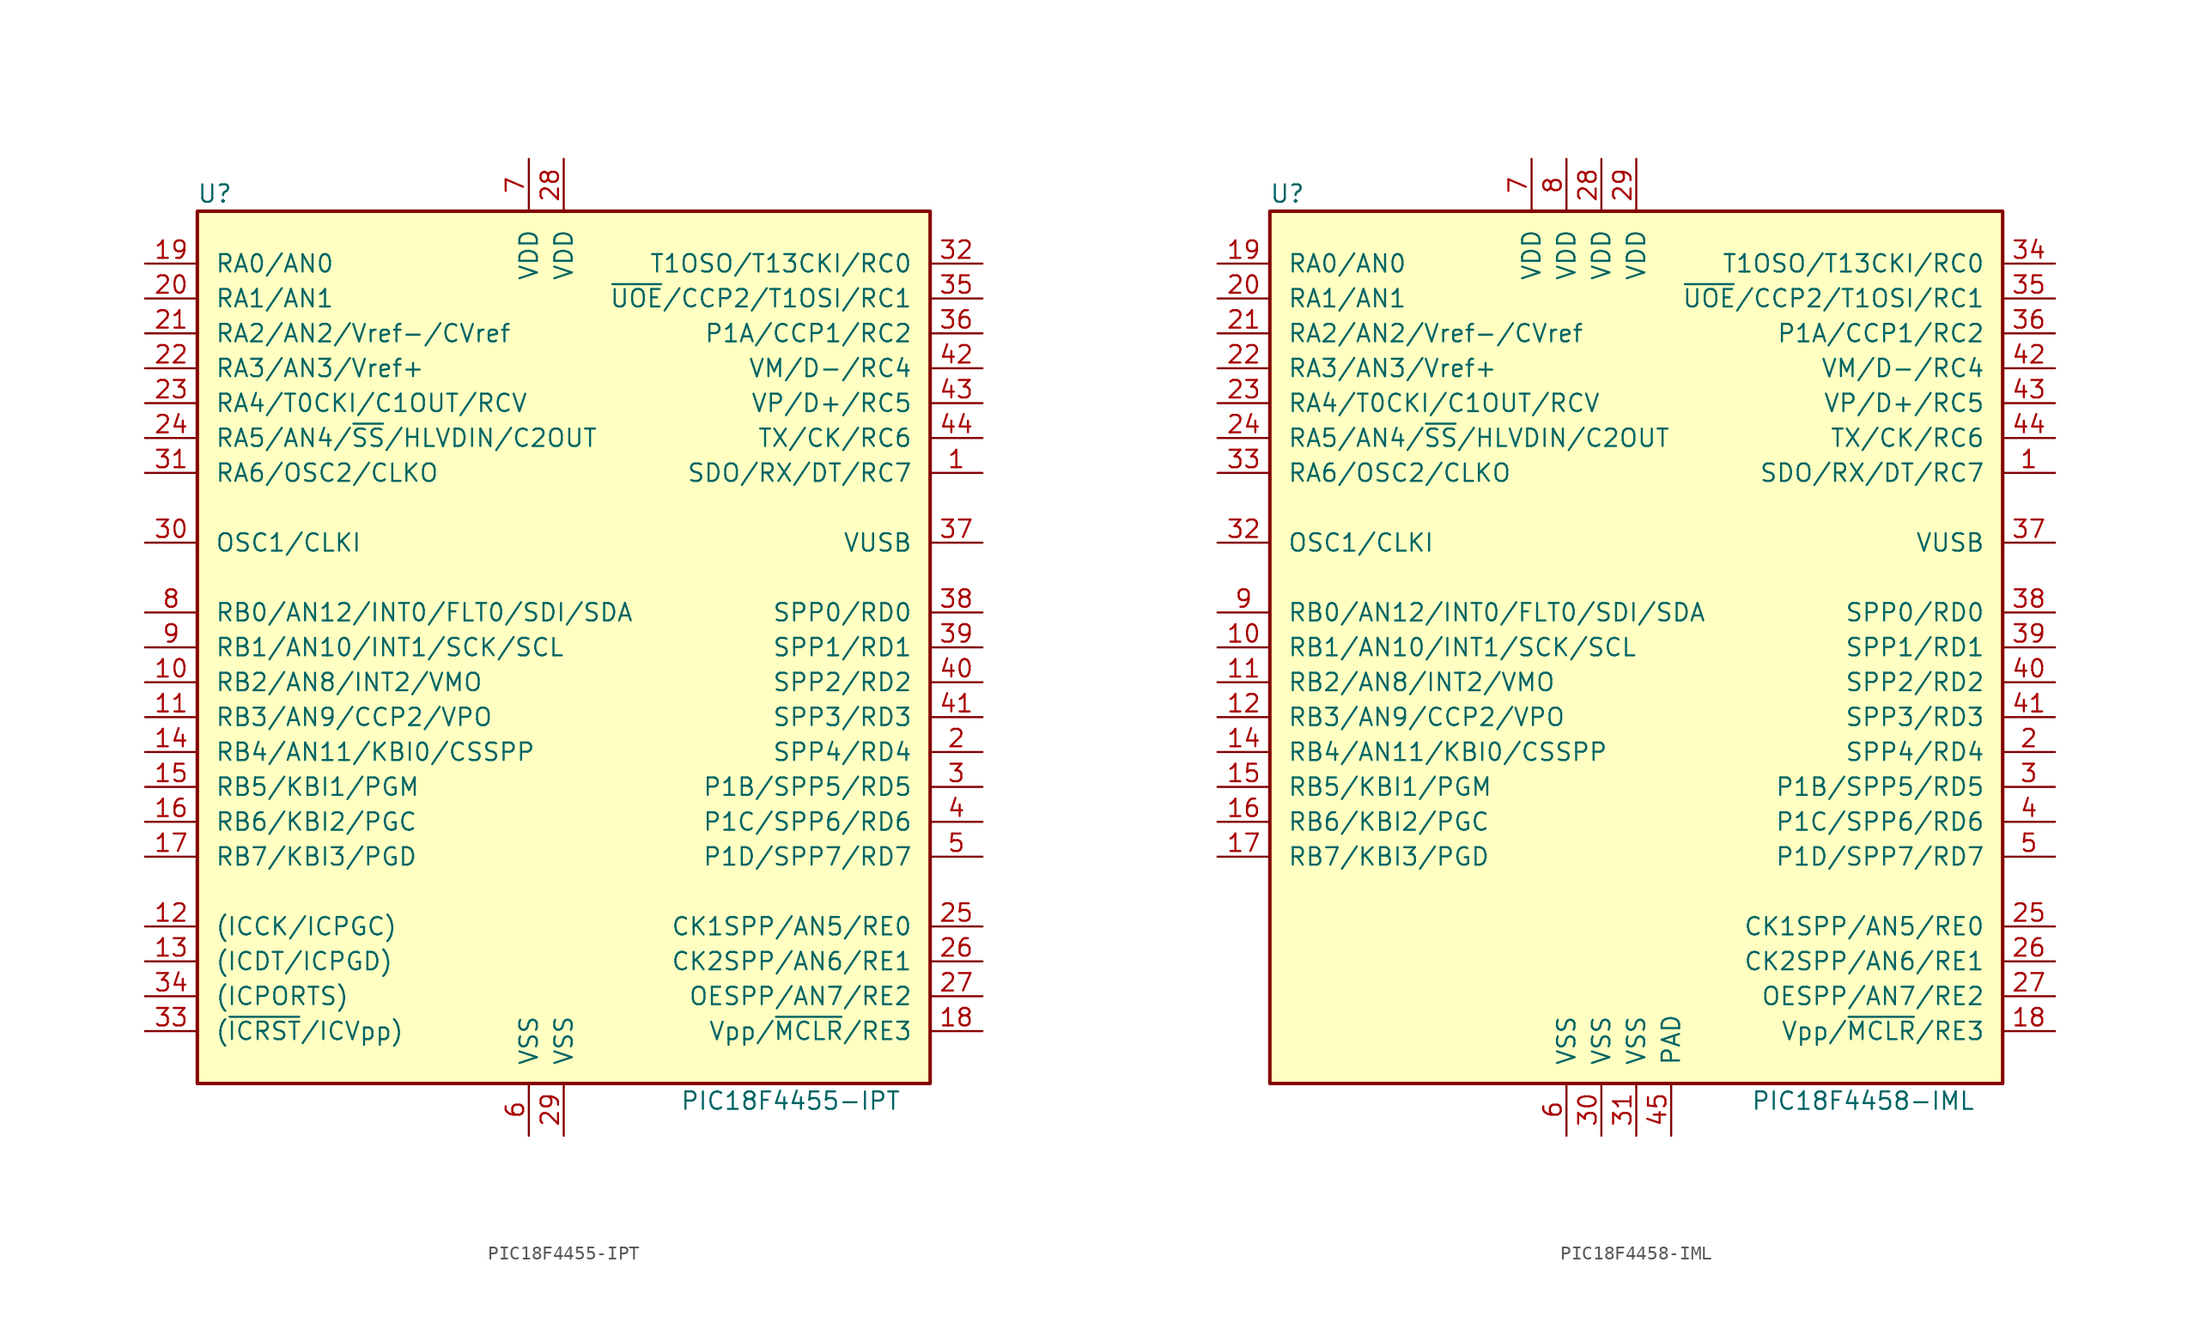
<source format=kicad_sym>
(kicad_symbol_lib
  (version 20241209)
  (generator "kicad_symbol_editor")
  (generator_version "9.0")
  (symbol "PIC18F4455-IPT"
    (pin_names
      (offset 1.27))
    (property "Reference" "U"
      (at -25.4 33.02 0)
      (effects (font (size 1.27 1.27))))
    (property "Value" "PIC18F4455-IPT"
      (at 16.51 -33.02 0)
      (effects (font (size 1.27 1.27))))
    (symbol "PIC18F4455-IPT_0_1"
      (rectangle (start -26.67 31.75) (end 26.67 -31.75) (stroke (width 0.254) (type default)) (fill (type background))))
    (symbol "PIC18F4455-IPT_1_1"
      (pin bidirectional line (at -30.48 27.94 0) (length 3.81) (name "RA0/AN0" (effects (font (size 1.27 1.27)))) (number "19" (effects (font (size 1.27 1.27)))))
      (pin bidirectional line (at -30.48 25.4 0) (length 3.81) (name "RA1/AN1" (effects (font (size 1.27 1.27)))) (number "20" (effects (font (size 1.27 1.27)))))
      (pin bidirectional line (at -30.48 22.86 0) (length 3.81) (name "RA2/AN2/Vref-/CVref" (effects (font (size 1.27 1.27)))) (number "21" (effects (font (size 1.27 1.27)))))
      (pin bidirectional line (at -30.48 20.32 0) (length 3.81) (name "RA3/AN3/Vref+" (effects (font (size 1.27 1.27)))) (number "22" (effects (font (size 1.27 1.27)))))
      (pin bidirectional line (at -30.48 17.78 0) (length 3.81) (name "RA4/T0CKI/C1OUT/RCV" (effects (font (size 1.27 1.27)))) (number "23" (effects (font (size 1.27 1.27)))))
      (pin bidirectional line (at -30.48 15.24 0) (length 3.81) (name "RA5/AN4/~{SS}/HLVDIN/C2OUT" (effects (font (size 1.27 1.27)))) (number "24" (effects (font (size 1.27 1.27)))))
      (pin output line (at -30.48 12.7 0) (length 3.81) (name "RA6/OSC2/CLKO" (effects (font (size 1.27 1.27)))) (number "31" (effects (font (size 1.27 1.27)))))
      (pin input line (at -30.48 7.62 0) (length 3.81) (name "OSC1/CLKI" (effects (font (size 1.27 1.27)))) (number "30" (effects (font (size 1.27 1.27)))))
      (pin bidirectional line (at -30.48 2.54 0) (length 3.81) (name "RB0/AN12/INT0/FLT0/SDI/SDA" (effects (font (size 1.27 1.27)))) (number "8" (effects (font (size 1.27 1.27)))))
      (pin bidirectional line (at -30.48 0 0) (length 3.81) (name "RB1/AN10/INT1/SCK/SCL" (effects (font (size 1.27 1.27)))) (number "9" (effects (font (size 1.27 1.27)))))
      (pin bidirectional line (at -30.48 -2.54 0) (length 3.81) (name "RB2/AN8/INT2/VMO" (effects (font (size 1.27 1.27)))) (number "10" (effects (font (size 1.27 1.27)))))
      (pin bidirectional line (at -30.48 -5.08 0) (length 3.81) (name "RB3/AN9/CCP2/VPO" (effects (font (size 1.27 1.27)))) (number "11" (effects (font (size 1.27 1.27)))))
      (pin bidirectional line (at -30.48 -7.62 0) (length 3.81) (name "RB4/AN11/KBI0/CSSPP" (effects (font (size 1.27 1.27)))) (number "14" (effects (font (size 1.27 1.27)))))
      (pin bidirectional line (at -30.48 -10.16 0) (length 3.81) (name "RB5/KBI1/PGM" (effects (font (size 1.27 1.27)))) (number "15" (effects (font (size 1.27 1.27)))))
      (pin bidirectional line (at -30.48 -12.7 0) (length 3.81) (name "RB6/KBI2/PGC" (effects (font (size 1.27 1.27)))) (number "16" (effects (font (size 1.27 1.27)))))
      (pin bidirectional line (at -30.48 -15.24 0) (length 3.81) (name "RB7/KBI3/PGD" (effects (font (size 1.27 1.27)))) (number "17" (effects (font (size 1.27 1.27)))))
      (pin bidirectional line (at -30.48 -20.32 0) (length 3.81) (name "(ICCK/ICPGC)" (effects (font (size 1.27 1.27)))) (number "12" (effects (font (size 1.27 1.27)))))
      (pin bidirectional line (at -30.48 -22.86 0) (length 3.81) (name "(ICDT/ICPGD)" (effects (font (size 1.27 1.27)))) (number "13" (effects (font (size 1.27 1.27)))))
      (pin bidirectional line (at -30.48 -25.4 0) (length 3.81) (name "(ICPORTS)" (effects (font (size 1.27 1.27)))) (number "34" (effects (font (size 1.27 1.27)))))
      (pin input line (at -30.48 -27.94 0) (length 3.81) (name "(~{ICRST}/ICVpp)" (effects (font (size 1.27 1.27)))) (number "33" (effects (font (size 1.27 1.27)))))
      (pin power_in line (at -2.54 35.56 270) (length 3.81) (name "VDD" (effects (font (size 1.27 1.27)))) (number "7" (effects (font (size 1.27 1.27)))))
      (pin power_in line (at -2.54 -35.56 90) (length 3.81) (name "VSS" (effects (font (size 1.27 1.27)))) (number "6" (effects (font (size 1.27 1.27)))))
      (pin power_in line (at 0 35.56 270) (length 3.81) (name "VDD" (effects (font (size 1.27 1.27)))) (number "28" (effects (font (size 1.27 1.27)))))
      (pin power_in line (at 0 -35.56 90) (length 3.81) (name "VSS" (effects (font (size 1.27 1.27)))) (number "29" (effects (font (size 1.27 1.27)))))
      (pin bidirectional line (at 30.48 27.94 180) (length 3.81) (name "T1OSO/T13CKI/RC0" (effects (font (size 1.27 1.27)))) (number "32" (effects (font (size 1.27 1.27)))))
      (pin bidirectional line (at 30.48 25.4 180) (length 3.81) (name "~{UOE}/CCP2/T1OSI/RC1" (effects (font (size 1.27 1.27)))) (number "35" (effects (font (size 1.27 1.27)))))
      (pin bidirectional line (at 30.48 22.86 180) (length 3.81) (name "P1A/CCP1/RC2" (effects (font (size 1.27 1.27)))) (number "36" (effects (font (size 1.27 1.27)))))
      (pin bidirectional line (at 30.48 20.32 180) (length 3.81) (name "VM/D-/RC4" (effects (font (size 1.27 1.27)))) (number "42" (effects (font (size 1.27 1.27)))))
      (pin bidirectional line (at 30.48 17.78 180) (length 3.81) (name "VP/D+/RC5" (effects (font (size 1.27 1.27)))) (number "43" (effects (font (size 1.27 1.27)))))
      (pin bidirectional line (at 30.48 15.24 180) (length 3.81) (name "TX/CK/RC6" (effects (font (size 1.27 1.27)))) (number "44" (effects (font (size 1.27 1.27)))))
      (pin bidirectional line (at 30.48 12.7 180) (length 3.81) (name "SDO/RX/DT/RC7" (effects (font (size 1.27 1.27)))) (number "1" (effects (font (size 1.27 1.27)))))
      (pin bidirectional line (at 30.48 7.62 180) (length 3.81) (name "VUSB" (effects (font (size 1.27 1.27)))) (number "37" (effects (font (size 1.27 1.27)))))
      (pin bidirectional line (at 30.48 2.54 180) (length 3.81) (name "SPP0/RD0" (effects (font (size 1.27 1.27)))) (number "38" (effects (font (size 1.27 1.27)))))
      (pin bidirectional line (at 30.48 0 180) (length 3.81) (name "SPP1/RD1" (effects (font (size 1.27 1.27)))) (number "39" (effects (font (size 1.27 1.27)))))
      (pin bidirectional line (at 30.48 -2.54 180) (length 3.81) (name "SPP2/RD2" (effects (font (size 1.27 1.27)))) (number "40" (effects (font (size 1.27 1.27)))))
      (pin bidirectional line (at 30.48 -5.08 180) (length 3.81) (name "SPP3/RD3" (effects (font (size 1.27 1.27)))) (number "41" (effects (font (size 1.27 1.27)))))
      (pin bidirectional line (at 30.48 -7.62 180) (length 3.81) (name "SPP4/RD4" (effects (font (size 1.27 1.27)))) (number "2" (effects (font (size 1.27 1.27)))))
      (pin bidirectional line (at 30.48 -10.16 180) (length 3.81) (name "P1B/SPP5/RD5" (effects (font (size 1.27 1.27)))) (number "3" (effects (font (size 1.27 1.27)))))
      (pin bidirectional line (at 30.48 -12.7 180) (length 3.81) (name "P1C/SPP6/RD6" (effects (font (size 1.27 1.27)))) (number "4" (effects (font (size 1.27 1.27)))))
      (pin bidirectional line (at 30.48 -15.24 180) (length 3.81) (name "P1D/SPP7/RD7" (effects (font (size 1.27 1.27)))) (number "5" (effects (font (size 1.27 1.27)))))
      (pin bidirectional line (at 30.48 -20.32 180) (length 3.81) (name "CK1SPP/AN5/RE0" (effects (font (size 1.27 1.27)))) (number "25" (effects (font (size 1.27 1.27)))))
      (pin bidirectional line (at 30.48 -22.86 180) (length 3.81) (name "CK2SPP/AN6/RE1" (effects (font (size 1.27 1.27)))) (number "26" (effects (font (size 1.27 1.27)))))
      (pin bidirectional line (at 30.48 -25.4 180) (length 3.81) (name "OESPP/AN7/RE2" (effects (font (size 1.27 1.27)))) (number "27" (effects (font (size 1.27 1.27)))))
      (pin input line (at 30.48 -27.94 180) (length 3.81) (name "Vpp/~{MCLR}/RE3" (effects (font (size 1.27 1.27)))) (number "18" (effects (font (size 1.27 1.27)))))))
  (symbol "PIC18F4458-IML"
    (pin_names
      (offset 1.27))
    (property "Reference" "U"
      (at -25.4 33.02 0)
      (effects (font (size 1.27 1.27))))
    (property "Value" "PIC18F4458-IML"
      (at 16.51 -33.02 0)
      (effects (font (size 1.27 1.27))))
    (symbol "PIC18F4458-IML_0_1"
      (rectangle (start -26.67 31.75) (end 26.67 -31.75) (stroke (width 0.254) (type default)) (fill (type background))))
    (symbol "PIC18F4458-IML_1_1"
      (pin bidirectional line (at -30.48 27.94 0) (length 3.81) (name "RA0/AN0" (effects (font (size 1.27 1.27)))) (number "19" (effects (font (size 1.27 1.27)))))
      (pin bidirectional line (at -30.48 25.4 0) (length 3.81) (name "RA1/AN1" (effects (font (size 1.27 1.27)))) (number "20" (effects (font (size 1.27 1.27)))))
      (pin bidirectional line (at -30.48 22.86 0) (length 3.81) (name "RA2/AN2/Vref-/CVref" (effects (font (size 1.27 1.27)))) (number "21" (effects (font (size 1.27 1.27)))))
      (pin bidirectional line (at -30.48 20.32 0) (length 3.81) (name "RA3/AN3/Vref+" (effects (font (size 1.27 1.27)))) (number "22" (effects (font (size 1.27 1.27)))))
      (pin bidirectional line (at -30.48 17.78 0) (length 3.81) (name "RA4/T0CKI/C1OUT/RCV" (effects (font (size 1.27 1.27)))) (number "23" (effects (font (size 1.27 1.27)))))
      (pin bidirectional line (at -30.48 15.24 0) (length 3.81) (name "RA5/AN4/~{SS}/HLVDIN/C2OUT" (effects (font (size 1.27 1.27)))) (number "24" (effects (font (size 1.27 1.27)))))
      (pin bidirectional line (at -30.48 12.7 0) (length 3.81) (name "RA6/OSC2/CLKO" (effects (font (size 1.27 1.27)))) (number "33" (effects (font (size 1.27 1.27)))))
      (pin input line (at -30.48 7.62 0) (length 3.81) (name "OSC1/CLKI" (effects (font (size 1.27 1.27)))) (number "32" (effects (font (size 1.27 1.27)))))
      (pin bidirectional line (at -30.48 2.54 0) (length 3.81) (name "RB0/AN12/INT0/FLT0/SDI/SDA" (effects (font (size 1.27 1.27)))) (number "9" (effects (font (size 1.27 1.27)))))
      (pin bidirectional line (at -30.48 0 0) (length 3.81) (name "RB1/AN10/INT1/SCK/SCL" (effects (font (size 1.27 1.27)))) (number "10" (effects (font (size 1.27 1.27)))))
      (pin bidirectional line (at -30.48 -2.54 0) (length 3.81) (name "RB2/AN8/INT2/VMO" (effects (font (size 1.27 1.27)))) (number "11" (effects (font (size 1.27 1.27)))))
      (pin bidirectional line (at -30.48 -5.08 0) (length 3.81) (name "RB3/AN9/CCP2/VPO" (effects (font (size 1.27 1.27)))) (number "12" (effects (font (size 1.27 1.27)))))
      (pin bidirectional line (at -30.48 -7.62 0) (length 3.81) (name "RB4/AN11/KBI0/CSSPP" (effects (font (size 1.27 1.27)))) (number "14" (effects (font (size 1.27 1.27)))))
      (pin bidirectional line (at -30.48 -10.16 0) (length 3.81) (name "RB5/KBI1/PGM" (effects (font (size 1.27 1.27)))) (number "15" (effects (font (size 1.27 1.27)))))
      (pin bidirectional line (at -30.48 -12.7 0) (length 3.81) (name "RB6/KBI2/PGC" (effects (font (size 1.27 1.27)))) (number "16" (effects (font (size 1.27 1.27)))))
      (pin bidirectional line (at -30.48 -15.24 0) (length 3.81) (name "RB7/KBI3/PGD" (effects (font (size 1.27 1.27)))) (number "17" (effects (font (size 1.27 1.27)))))
      (pin no_connect line (at -26.67 -27.94 0) (length 3.81) (hide yes) (name "NC" (effects (font (size 1.27 1.27)))) (number "13" (effects (font (size 1.27 1.27)))))
      (pin power_in line (at -7.62 35.56 270) (length 3.81) (name "VDD" (effects (font (size 1.27 1.27)))) (number "7" (effects (font (size 1.27 1.27)))))
      (pin power_in line (at -5.08 35.56 270) (length 3.81) (name "VDD" (effects (font (size 1.27 1.27)))) (number "8" (effects (font (size 1.27 1.27)))))
      (pin power_in line (at -5.08 -35.56 90) (length 3.81) (name "VSS" (effects (font (size 1.27 1.27)))) (number "6" (effects (font (size 1.27 1.27)))))
      (pin power_in line (at -2.54 35.56 270) (length 3.81) (name "VDD" (effects (font (size 1.27 1.27)))) (number "28" (effects (font (size 1.27 1.27)))))
      (pin power_in line (at -2.54 -35.56 90) (length 3.81) (name "VSS" (effects (font (size 1.27 1.27)))) (number "30" (effects (font (size 1.27 1.27)))))
      (pin power_in line (at 0 35.56 270) (length 3.81) (name "VDD" (effects (font (size 1.27 1.27)))) (number "29" (effects (font (size 1.27 1.27)))))
      (pin power_in line (at 0 -35.56 90) (length 3.81) (name "VSS" (effects (font (size 1.27 1.27)))) (number "31" (effects (font (size 1.27 1.27)))))
      (pin power_in line (at 2.54 -35.56 90) (length 3.81) (name "PAD" (effects (font (size 1.27 1.27)))) (number "45" (effects (font (size 1.27 1.27)))))
      (pin bidirectional line (at 30.48 27.94 180) (length 3.81) (name "T1OSO/T13CKI/RC0" (effects (font (size 1.27 1.27)))) (number "34" (effects (font (size 1.27 1.27)))))
      (pin bidirectional line (at 30.48 25.4 180) (length 3.81) (name "~{UOE}/CCP2/T1OSI/RC1" (effects (font (size 1.27 1.27)))) (number "35" (effects (font (size 1.27 1.27)))))
      (pin bidirectional line (at 30.48 22.86 180) (length 3.81) (name "P1A/CCP1/RC2" (effects (font (size 1.27 1.27)))) (number "36" (effects (font (size 1.27 1.27)))))
      (pin bidirectional line (at 30.48 20.32 180) (length 3.81) (name "VM/D-/RC4" (effects (font (size 1.27 1.27)))) (number "42" (effects (font (size 1.27 1.27)))))
      (pin bidirectional line (at 30.48 17.78 180) (length 3.81) (name "VP/D+/RC5" (effects (font (size 1.27 1.27)))) (number "43" (effects (font (size 1.27 1.27)))))
      (pin bidirectional line (at 30.48 15.24 180) (length 3.81) (name "TX/CK/RC6" (effects (font (size 1.27 1.27)))) (number "44" (effects (font (size 1.27 1.27)))))
      (pin bidirectional line (at 30.48 12.7 180) (length 3.81) (name "SDO/RX/DT/RC7" (effects (font (size 1.27 1.27)))) (number "1" (effects (font (size 1.27 1.27)))))
      (pin bidirectional line (at 30.48 7.62 180) (length 3.81) (name "VUSB" (effects (font (size 1.27 1.27)))) (number "37" (effects (font (size 1.27 1.27)))))
      (pin bidirectional line (at 30.48 2.54 180) (length 3.81) (name "SPP0/RD0" (effects (font (size 1.27 1.27)))) (number "38" (effects (font (size 1.27 1.27)))))
      (pin bidirectional line (at 30.48 0 180) (length 3.81) (name "SPP1/RD1" (effects (font (size 1.27 1.27)))) (number "39" (effects (font (size 1.27 1.27)))))
      (pin bidirectional line (at 30.48 -2.54 180) (length 3.81) (name "SPP2/RD2" (effects (font (size 1.27 1.27)))) (number "40" (effects (font (size 1.27 1.27)))))
      (pin bidirectional line (at 30.48 -5.08 180) (length 3.81) (name "SPP3/RD3" (effects (font (size 1.27 1.27)))) (number "41" (effects (font (size 1.27 1.27)))))
      (pin bidirectional line (at 30.48 -7.62 180) (length 3.81) (name "SPP4/RD4" (effects (font (size 1.27 1.27)))) (number "2" (effects (font (size 1.27 1.27)))))
      (pin bidirectional line (at 30.48 -10.16 180) (length 3.81) (name "P1B/SPP5/RD5" (effects (font (size 1.27 1.27)))) (number "3" (effects (font (size 1.27 1.27)))))
      (pin bidirectional line (at 30.48 -12.7 180) (length 3.81) (name "P1C/SPP6/RD6" (effects (font (size 1.27 1.27)))) (number "4" (effects (font (size 1.27 1.27)))))
      (pin bidirectional line (at 30.48 -15.24 180) (length 3.81) (name "P1D/SPP7/RD7" (effects (font (size 1.27 1.27)))) (number "5" (effects (font (size 1.27 1.27)))))
      (pin bidirectional line (at 30.48 -20.32 180) (length 3.81) (name "CK1SPP/AN5/RE0" (effects (font (size 1.27 1.27)))) (number "25" (effects (font (size 1.27 1.27)))))
      (pin bidirectional line (at 30.48 -22.86 180) (length 3.81) (name "CK2SPP/AN6/RE1" (effects (font (size 1.27 1.27)))) (number "26" (effects (font (size 1.27 1.27)))))
      (pin bidirectional line (at 30.48 -25.4 180) (length 3.81) (name "OESPP/AN7/RE2" (effects (font (size 1.27 1.27)))) (number "27" (effects (font (size 1.27 1.27)))))
      (pin input line (at 30.48 -27.94 180) (length 3.81) (name "Vpp/~{MCLR}/RE3" (effects (font (size 1.27 1.27)))) (number "18" (effects (font (size 1.27 1.27))))))))
</source>
